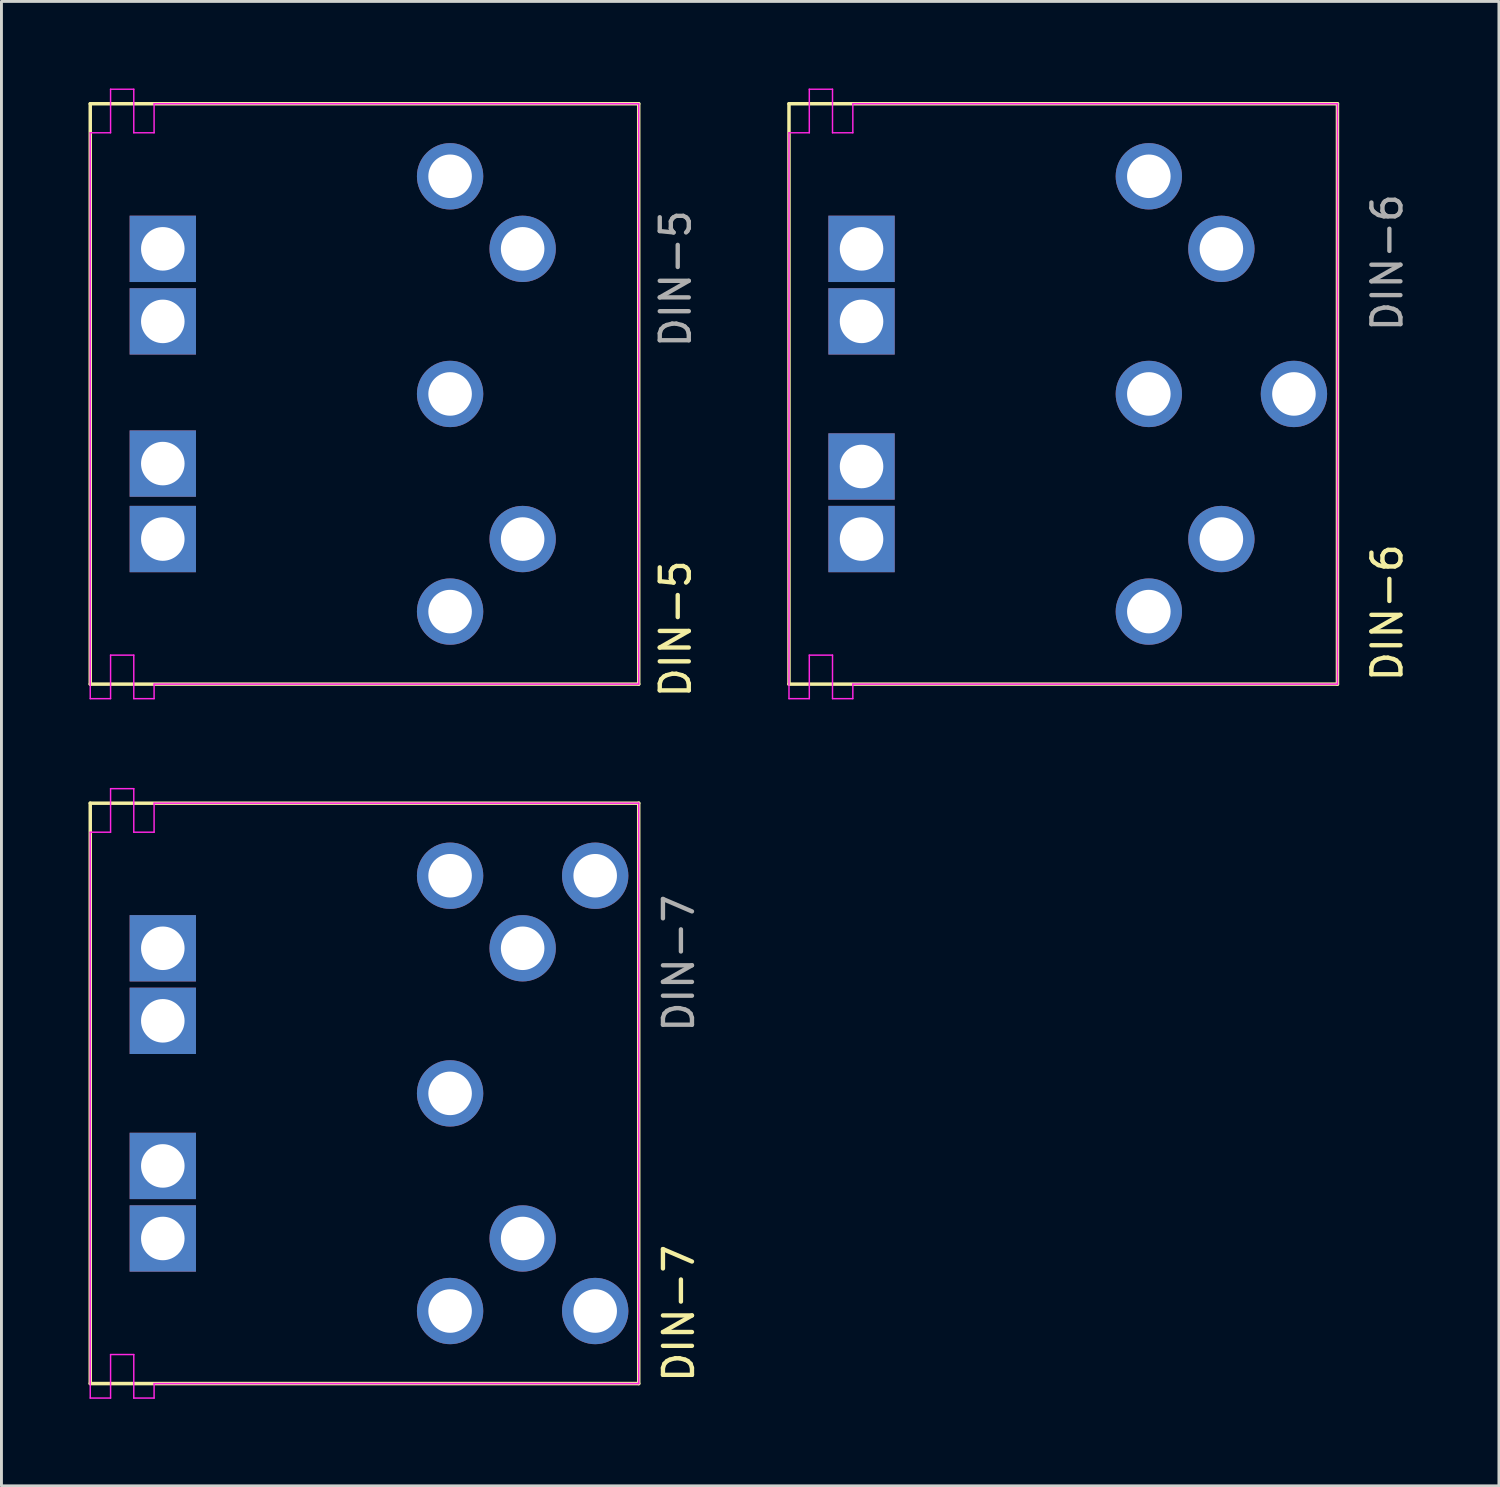
<source format=kicad_pcb>
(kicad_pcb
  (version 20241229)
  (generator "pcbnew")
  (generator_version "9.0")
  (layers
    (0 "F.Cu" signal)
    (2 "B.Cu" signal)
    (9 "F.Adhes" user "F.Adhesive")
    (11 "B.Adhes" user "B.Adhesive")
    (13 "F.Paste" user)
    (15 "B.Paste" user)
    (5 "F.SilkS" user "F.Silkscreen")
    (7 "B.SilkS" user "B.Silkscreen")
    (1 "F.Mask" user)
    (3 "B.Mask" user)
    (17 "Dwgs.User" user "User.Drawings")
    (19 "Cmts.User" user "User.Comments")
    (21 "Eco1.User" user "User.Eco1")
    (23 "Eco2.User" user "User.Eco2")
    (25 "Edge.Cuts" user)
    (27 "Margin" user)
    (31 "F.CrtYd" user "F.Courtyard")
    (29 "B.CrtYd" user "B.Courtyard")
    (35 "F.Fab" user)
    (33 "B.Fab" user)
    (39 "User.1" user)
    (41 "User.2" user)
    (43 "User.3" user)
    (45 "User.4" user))
  (footprint "DIN-7"
    (layer "F.Cu")
    (at 9.545 34.587)
    (property "Reference" "DIN-7" (at 10.795 7.62 90) (unlocked yes) (layer "F.SilkS") (effects (font (size 1 1) (thickness 0.15))))
    (attr through_hole)
    (fp_line (start -9.485 -9.96) (end -9.485 10.04) (stroke (width 0.12) (type solid)) (layer "F.SilkS"))
    (fp_line (start -9.485 10.04) (end 9.415 10.04) (stroke (width 0.12) (type solid)) (layer "F.SilkS"))
    (fp_line (start 9.415 -9.96) (end -9.485 -9.96) (stroke (width 0.12) (type solid)) (layer "F.SilkS"))
    (fp_line (start 9.415 10.04) (end 9.415 -9.96) (stroke (width 0.12) (type solid)) (layer "F.SilkS"))
    (fp_line (start -9.485 -8.96) (end -8.785 -8.96) (stroke (width 0.05) (type solid)) (layer "F.CrtYd"))
    (fp_line (start -9.485 10.54) (end -9.485 -8.96) (stroke (width 0.05) (type solid)) (layer "F.CrtYd"))
    (fp_line (start -9.485 10.54) (end -8.785 10.54) (stroke (width 0.05) (type solid)) (layer "F.CrtYd"))
    (fp_line (start -8.785 -10.46) (end -7.985 -10.46) (stroke (width 0.05) (type solid)) (layer "F.CrtYd"))
    (fp_line (start -8.785 -8.96) (end -8.785 -10.46) (stroke (width 0.05) (type solid)) (layer "F.CrtYd"))
    (fp_line (start -8.785 9.04) (end -7.985 9.04) (stroke (width 0.05) (type solid)) (layer "F.CrtYd"))
    (fp_line (start -8.785 10.54) (end -8.785 9.04) (stroke (width 0.05) (type solid)) (layer "F.CrtYd"))
    (fp_line (start -7.985 -10.46) (end -7.985 -8.96) (stroke (width 0.05) (type solid)) (layer "F.CrtYd"))
    (fp_line (start -7.985 -8.96) (end -7.285 -8.96) (stroke (width 0.05) (type solid)) (layer "F.CrtYd"))
    (fp_line (start -7.985 9.04) (end -7.985 10.54) (stroke (width 0.05) (type solid)) (layer "F.CrtYd"))
    (fp_line (start -7.985 10.54) (end -7.285 10.54) (stroke (width 0.05) (type solid)) (layer "F.CrtYd"))
    (fp_line (start -7.285 -9.96) (end 9.415 -9.96) (stroke (width 0.05) (type solid)) (layer "F.CrtYd"))
    (fp_line (start -7.285 -8.96) (end -7.285 -9.96) (stroke (width 0.05) (type solid)) (layer "F.CrtYd"))
    (fp_line (start -7.285 10.54) (end -7.285 10.04) (stroke (width 0.05) (type solid)) (layer "F.CrtYd"))
    (fp_line (start 9.415 -9.96) (end 9.415 10.04) (stroke (width 0.05) (type solid)) (layer "F.CrtYd"))
    (fp_line (start 9.415 10.04) (end -7.285 10.04) (stroke (width 0.05) (type solid)) (layer "F.CrtYd"))
    (fp_text user "${REFERENCE}" (at 10.795 -4.445 90) (unlocked yes) (layer "F.Fab") (effects (font (size 1 1) (thickness 0.15))))
    (pad "" thru_hole rect (at -6.985 -4.96) (size 2.286 2.286) (drill 1.5) (layers "*.Cu" "*.Mask"))
    (pad "" thru_hole rect (at -6.985 -2.46) (size 2.286 2.286) (drill 1.5) (layers "*.Cu" "*.Mask"))
    (pad "" thru_hole rect (at -6.985 2.54) (size 2.286 2.286) (drill 1.5) (layers "*.Cu" "*.Mask"))
    (pad "" thru_hole rect (at -6.985 5.04) (size 2.286 2.286) (drill 1.5) (layers "*.Cu" "*.Mask"))
    (pad "1" thru_hole circle (at 2.915 7.54) (size 2.286 2.286) (drill 1.5) (layers "*.Cu" "*.Mask"))
    (pad "2" thru_hole circle (at 2.915 0.04) (size 2.286 2.286) (drill 1.5) (layers "*.Cu" "*.Mask"))
    (pad "3" thru_hole circle (at 2.915 -7.46) (size 2.286 2.286) (drill 1.5) (layers "*.Cu" "*.Mask"))
    (pad "4" thru_hole circle (at 5.415 5.04) (size 2.286 2.286) (drill 1.5) (layers "*.Cu" "*.Mask"))
    (pad "5" thru_hole circle (at 5.415 -4.96 90) (size 2.286 2.286) (drill 1.5) (layers "*.Cu" "*.Mask"))
    (pad "6" thru_hole circle (at 7.915 7.54) (size 2.286 2.286) (drill 1.5) (layers "*.Cu" "*.Mask"))
    (pad "7" thru_hole circle (at 7.915 -7.46) (size 2.286 2.286) (drill 1.5) (layers "*.Cu" "*.Mask")))
  (footprint "DIN-5"
    (layer "F.Cu")
    (at 9.435 11)
    (property "Reference" "DIN-5" (at 10.795 7.62 90) (unlocked yes) (layer "F.SilkS") (effects (font (size 1 1) (thickness 0.15))))
    (attr through_hole)
    (fp_line (start -9.375 -10.475) (end -9.375 9.525) (stroke (width 0.12) (type solid)) (layer "F.SilkS"))
    (fp_line (start -9.375 9.525) (end 9.525 9.525) (stroke (width 0.12) (type solid)) (layer "F.SilkS"))
    (fp_line (start 9.525 -10.475) (end -9.375 -10.475) (stroke (width 0.12) (type solid)) (layer "F.SilkS"))
    (fp_line (start 9.525 9.525) (end 9.525 -10.475) (stroke (width 0.12) (type solid)) (layer "F.SilkS"))
    (fp_line (start -9.375 -9.475) (end -8.675 -9.475) (stroke (width 0.05) (type solid)) (layer "F.CrtYd"))
    (fp_line (start -9.375 10.025) (end -9.375 -9.475) (stroke (width 0.05) (type solid)) (layer "F.CrtYd"))
    (fp_line (start -9.375 10.025) (end -8.675 10.025) (stroke (width 0.05) (type solid)) (layer "F.CrtYd"))
    (fp_line (start -8.675 -10.975) (end -7.875 -10.975) (stroke (width 0.05) (type solid)) (layer "F.CrtYd"))
    (fp_line (start -8.675 -9.475) (end -8.675 -10.975) (stroke (width 0.05) (type solid)) (layer "F.CrtYd"))
    (fp_line (start -8.675 8.525) (end -7.875 8.525) (stroke (width 0.05) (type solid)) (layer "F.CrtYd"))
    (fp_line (start -8.675 10.025) (end -8.675 8.525) (stroke (width 0.05) (type solid)) (layer "F.CrtYd"))
    (fp_line (start -7.875 -10.975) (end -7.875 -9.475) (stroke (width 0.05) (type solid)) (layer "F.CrtYd"))
    (fp_line (start -7.875 -9.475) (end -7.175 -9.475) (stroke (width 0.05) (type solid)) (layer "F.CrtYd"))
    (fp_line (start -7.875 8.525) (end -7.875 10.025) (stroke (width 0.05) (type solid)) (layer "F.CrtYd"))
    (fp_line (start -7.875 10.025) (end -7.175 10.025) (stroke (width 0.05) (type solid)) (layer "F.CrtYd"))
    (fp_line (start -7.175 -10.475) (end 9.525 -10.475) (stroke (width 0.05) (type solid)) (layer "F.CrtYd"))
    (fp_line (start -7.175 -9.475) (end -7.175 -10.475) (stroke (width 0.05) (type solid)) (layer "F.CrtYd"))
    (fp_line (start -7.175 10.025) (end -7.175 9.525) (stroke (width 0.05) (type solid)) (layer "F.CrtYd"))
    (fp_line (start 9.525 -10.475) (end 9.525 9.525) (stroke (width 0.05) (type solid)) (layer "F.CrtYd"))
    (fp_line (start 9.525 9.525) (end -7.175 9.525) (stroke (width 0.05) (type solid)) (layer "F.CrtYd"))
    (fp_text user "${REFERENCE}" (at 10.795 -4.445 90) (unlocked yes) (layer "F.Fab") (effects (font (size 1 1) (thickness 0.15))))
    (pad "" thru_hole rect (at -6.875 -5.475) (size 2.286 2.286) (drill 1.5) (layers "*.Cu" "*.Mask"))
    (pad "" thru_hole rect (at -6.875 -2.975) (size 2.286 2.286) (drill 1.5) (layers "*.Cu" "*.Mask"))
    (pad "" thru_hole rect (at -6.875 1.925) (size 2.286 2.286) (drill 1.5) (layers "*.Cu" "*.Mask"))
    (pad "" thru_hole rect (at -6.875 4.525) (size 2.286 2.286) (drill 1.5) (layers "*.Cu" "*.Mask"))
    (pad "1" thru_hole circle (at 3.025 7.025) (size 2.286 2.286) (drill 1.5) (layers "*.Cu" "*.Mask"))
    (pad "2" thru_hole circle (at 3.025 -0.475) (size 2.286 2.286) (drill 1.5) (layers "*.Cu" "*.Mask"))
    (pad "3" thru_hole circle (at 3.025 -7.975) (size 2.286 2.286) (drill 1.5) (layers "*.Cu" "*.Mask"))
    (pad "4" thru_hole circle (at 5.525 4.525) (size 2.286 2.286) (drill 1.5) (layers "*.Cu" "*.Mask"))
    (pad "5" thru_hole circle (at 5.525 -5.475 90) (size 2.286 2.286) (drill 1.5) (layers "*.Cu" "*.Mask")))
  (footprint "DIN-6"
    (layer "F.Cu")
    (at 33.958 10.445)
    (property "Reference" "DIN-6" (at 10.795 7.62 90) (unlocked yes) (layer "F.SilkS") (effects (font (size 1 1) (thickness 0.15))))
    (attr through_hole)
    (fp_line (start -9.82 -9.92) (end -9.82 10.08) (stroke (width 0.12) (type solid)) (layer "F.SilkS"))
    (fp_line (start -9.82 10.08) (end 9.08 10.08) (stroke (width 0.12) (type solid)) (layer "F.SilkS"))
    (fp_line (start 9.08 -9.92) (end -9.82 -9.92) (stroke (width 0.12) (type solid)) (layer "F.SilkS"))
    (fp_line (start 9.08 10.08) (end 9.08 -9.92) (stroke (width 0.12) (type solid)) (layer "F.SilkS"))
    (fp_line (start -9.82 -8.92) (end -9.12 -8.92) (stroke (width 0.05) (type solid)) (layer "F.CrtYd"))
    (fp_line (start -9.82 10.58) (end -9.82 -8.92) (stroke (width 0.05) (type solid)) (layer "F.CrtYd"))
    (fp_line (start -9.82 10.58) (end -9.12 10.58) (stroke (width 0.05) (type solid)) (layer "F.CrtYd"))
    (fp_line (start -9.12 -10.42) (end -8.32 -10.42) (stroke (width 0.05) (type solid)) (layer "F.CrtYd"))
    (fp_line (start -9.12 -8.92) (end -9.12 -10.42) (stroke (width 0.05) (type solid)) (layer "F.CrtYd"))
    (fp_line (start -9.12 9.08) (end -8.32 9.08) (stroke (width 0.05) (type solid)) (layer "F.CrtYd"))
    (fp_line (start -9.12 10.58) (end -9.12 9.08) (stroke (width 0.05) (type solid)) (layer "F.CrtYd"))
    (fp_line (start -8.32 -10.42) (end -8.32 -8.92) (stroke (width 0.05) (type solid)) (layer "F.CrtYd"))
    (fp_line (start -8.32 -8.92) (end -7.62 -8.92) (stroke (width 0.05) (type solid)) (layer "F.CrtYd"))
    (fp_line (start -8.32 9.08) (end -8.32 10.58) (stroke (width 0.05) (type solid)) (layer "F.CrtYd"))
    (fp_line (start -8.32 10.58) (end -7.62 10.58) (stroke (width 0.05) (type solid)) (layer "F.CrtYd"))
    (fp_line (start -7.62 -9.92) (end 9.08 -9.92) (stroke (width 0.05) (type solid)) (layer "F.CrtYd"))
    (fp_line (start -7.62 -8.92) (end -7.62 -9.92) (stroke (width 0.05) (type solid)) (layer "F.CrtYd"))
    (fp_line (start -7.62 10.58) (end -7.62 10.08) (stroke (width 0.05) (type solid)) (layer "F.CrtYd"))
    (fp_line (start 9.08 -9.92) (end 9.08 10.08) (stroke (width 0.05) (type solid)) (layer "F.CrtYd"))
    (fp_line (start 9.08 10.08) (end -7.62 10.08) (stroke (width 0.05) (type solid)) (layer "F.CrtYd"))
    (fp_text user "${REFERENCE}" (at 10.795 -4.445 90) (unlocked yes) (layer "F.Fab") (effects (font (size 1 1) (thickness 0.15))))
    (pad "" thru_hole rect (at -7.32 -4.92) (size 2.286 2.286) (drill 1.5) (layers "*.Cu" "*.Mask"))
    (pad "" thru_hole rect (at -7.32 -2.42) (size 2.286 2.286) (drill 1.5) (layers "*.Cu" "*.Mask"))
    (pad "" thru_hole rect (at -7.32 2.58) (size 2.286 2.286) (drill 1.5) (layers "*.Cu" "*.Mask"))
    (pad "" thru_hole rect (at -7.32 5.08) (size 2.286 2.286) (drill 1.5) (layers "*.Cu" "*.Mask"))
    (pad "1" thru_hole circle (at 2.58 7.58) (size 2.286 2.286) (drill 1.5) (layers "*.Cu" "*.Mask"))
    (pad "2" thru_hole circle (at 5.08 5.08) (size 2.286 2.286) (drill 1.5) (layers "*.Cu" "*.Mask"))
    (pad "3" thru_hole circle (at 2.58 0.08) (size 2.286 2.286) (drill 1.5) (layers "*.Cu" "*.Mask"))
    (pad "4" thru_hole circle (at 5.08 -4.92 90) (size 2.286 2.286) (drill 1.5) (layers "*.Cu" "*.Mask"))
    (pad "5" thru_hole circle (at 2.58 -7.42) (size 2.286 2.286) (drill 1.5) (layers "*.Cu" "*.Mask"))
    (pad "6" thru_hole circle (at 7.58 0.08) (size 2.286 2.286) (drill 1.5) (layers "*.Cu" "*.Mask")))
  (gr_rect
    (start -3 -3)
    (end 48.602 48.152)
    (stroke (width 0.1) (type default))
    (fill no)
    (layer "Edge.Cuts")))
</source>
